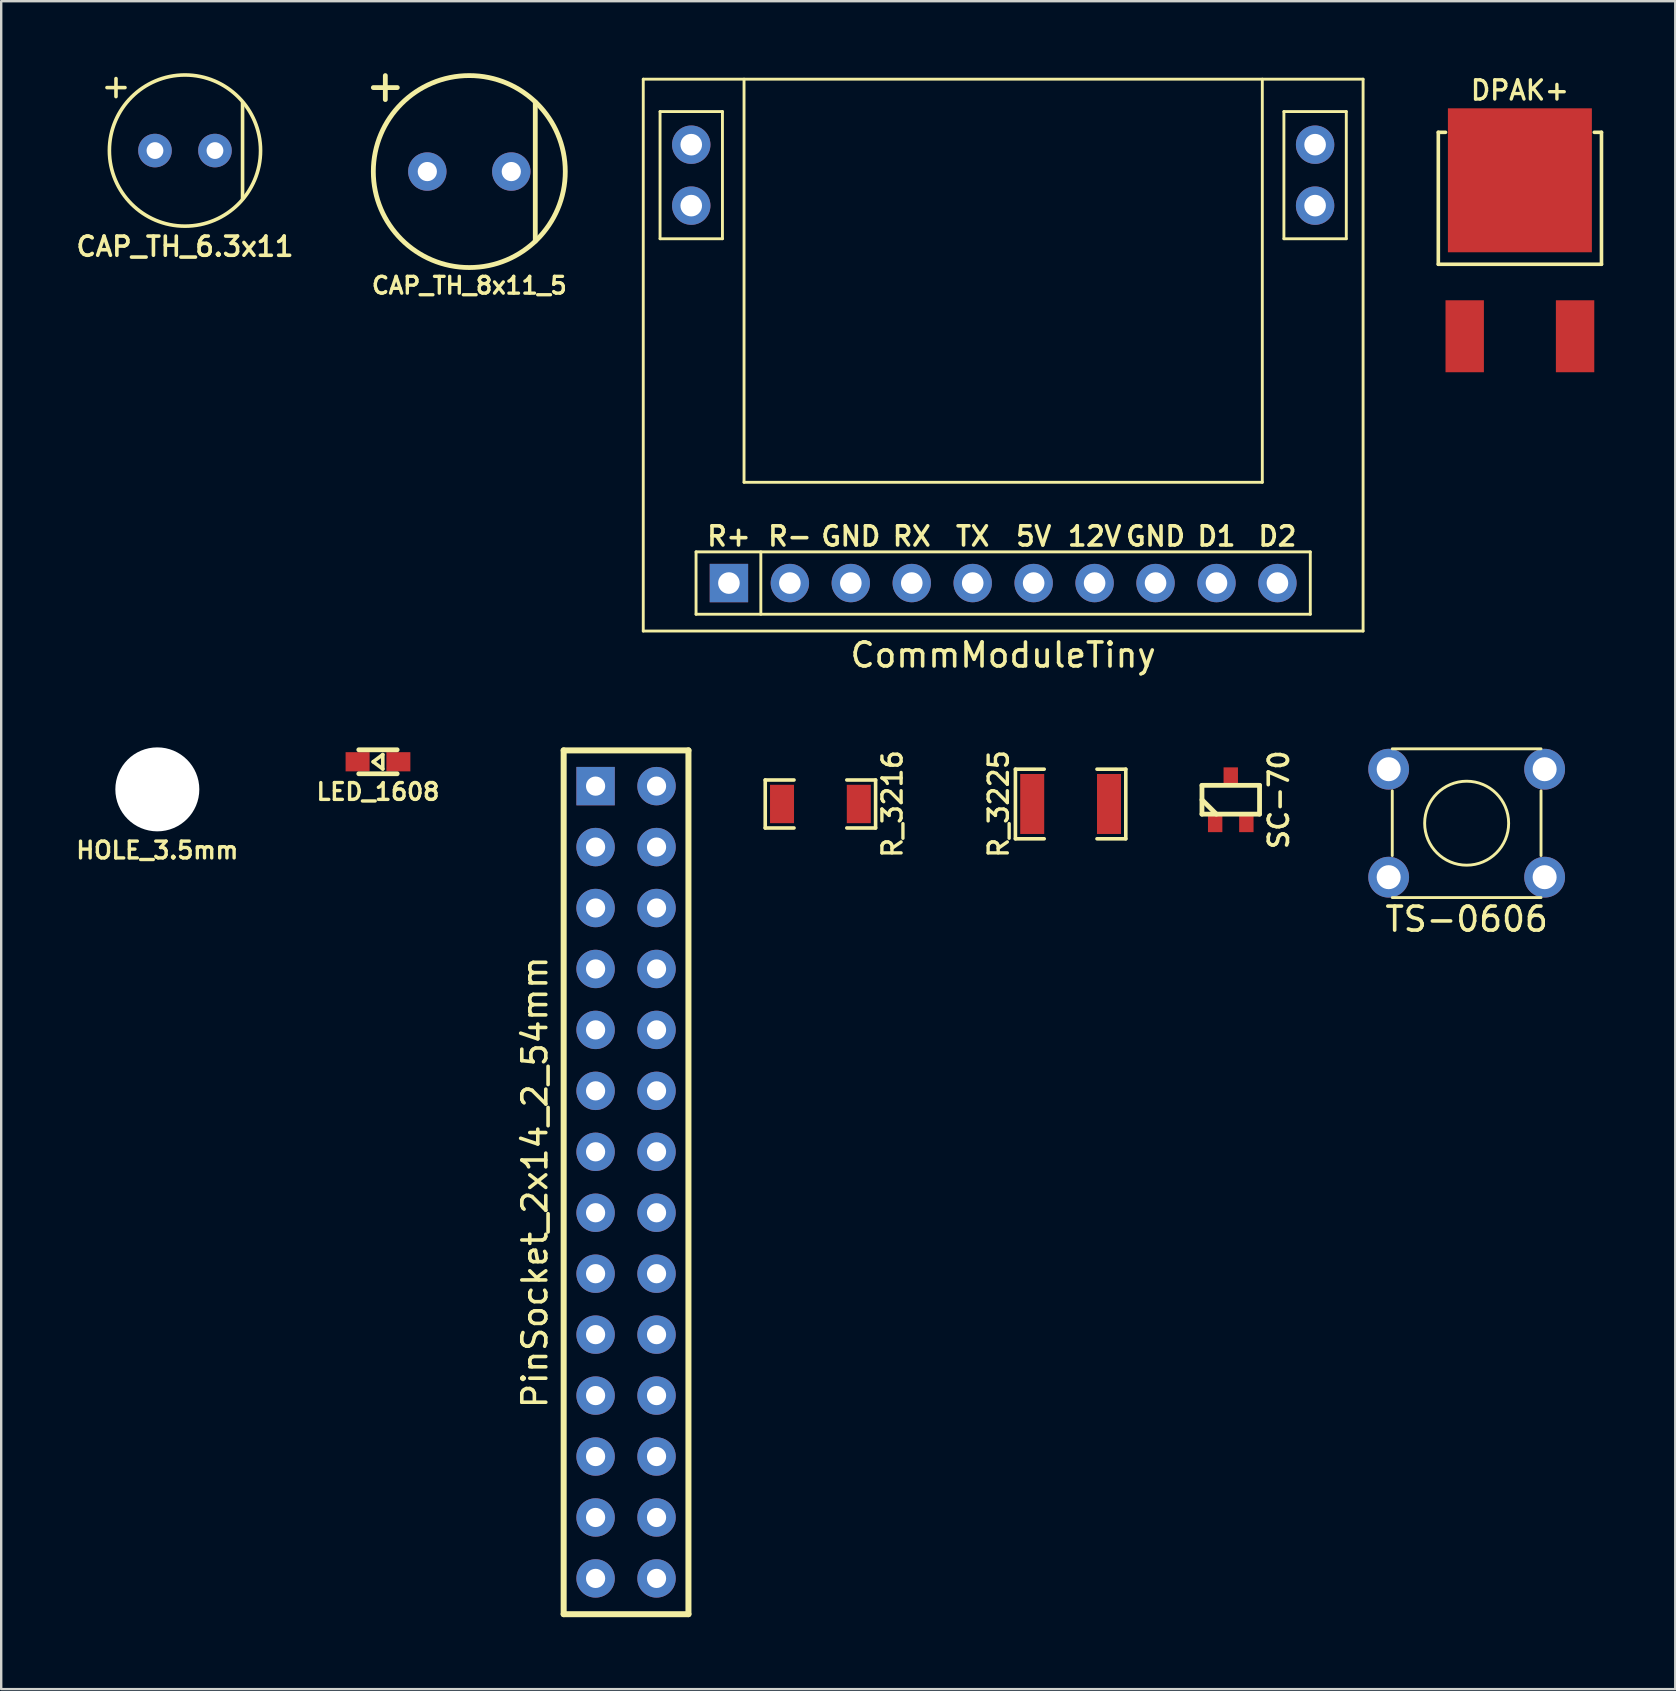
<source format=kicad_pcb>
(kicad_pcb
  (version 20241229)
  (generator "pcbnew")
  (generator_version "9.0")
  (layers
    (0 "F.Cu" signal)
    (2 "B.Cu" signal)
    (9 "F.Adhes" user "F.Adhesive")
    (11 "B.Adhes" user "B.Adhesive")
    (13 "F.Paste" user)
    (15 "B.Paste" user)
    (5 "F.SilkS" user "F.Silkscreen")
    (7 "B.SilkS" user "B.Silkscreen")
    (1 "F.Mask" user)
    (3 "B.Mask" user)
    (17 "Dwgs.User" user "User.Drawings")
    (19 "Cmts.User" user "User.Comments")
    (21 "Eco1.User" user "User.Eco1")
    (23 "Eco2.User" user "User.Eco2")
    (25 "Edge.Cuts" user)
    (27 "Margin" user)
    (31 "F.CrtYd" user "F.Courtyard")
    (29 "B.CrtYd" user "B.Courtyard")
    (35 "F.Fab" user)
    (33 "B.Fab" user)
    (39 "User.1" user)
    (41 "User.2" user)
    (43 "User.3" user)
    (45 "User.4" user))
  (footprint "DPAK+"
    (layer "F.Cu")
    (at 60.294 6.964)
    (property "Reference" "DPAK+" (at 0 -6.25 0) (unlocked yes) (layer "F.SilkS") (effects (font (size 0.8 0.8) (thickness 0.14))))
    (attr smd)
    (fp_line (start -3.4 -4.5) (end -3.4 1) (stroke (width 0.15) (type solid)) (layer "F.SilkS"))
    (fp_line (start -3.4 1) (end 3.4 1) (stroke (width 0.15) (type solid)) (layer "F.SilkS"))
    (fp_line (start -3.1 -4.5) (end -3.4 -4.5) (stroke (width 0.15) (type solid)) (layer "F.SilkS"))
    (fp_line (start 3.4 -4.5) (end 3.1 -4.5) (stroke (width 0.15) (type solid)) (layer "F.SilkS"))
    (fp_line (start 3.4 1) (end 3.4 -4.5) (stroke (width 0.15) (type solid)) (layer "F.SilkS"))
    (pad "" smd roundrect (at -1.5 -4) (size 2 2) (layers "F.Paste") (roundrect_rratio 0.25))
    (pad "" smd roundrect (at -1.5 -1) (size 2 2) (layers "F.Paste") (roundrect_rratio 0.25))
    (pad "" smd roundrect (at 1.5 -4) (size 2 2) (layers "F.Paste") (roundrect_rratio 0.25))
    (pad "" smd roundrect (at 1.5 -1) (size 2 2) (layers "F.Paste") (roundrect_rratio 0.25))
    (pad "1" smd rect (at -2.3 4) (size 1.6 3) (layers "F.Cu" "F.Mask" "F.Paste"))
    (pad "2" smd rect (at 0 -2.5) (size 6 6) (layers "F.Cu" "F.Mask"))
    (pad "3" smd rect (at 2.3 4) (size 1.6 3) (layers "F.Cu" "F.Mask" "F.Paste")))
  (footprint "LED_1608"
    (layer "F.Cu")
    (at 12.703 28.698)
    (property "Reference" "LED_1608" (at 0 1.25 0) (layer "F.SilkS") (effects (font (size 0.7 0.7) (thickness 0.14))))
    (attr smd)
    (fp_line (start -0.8 -0.5) (end 0.8 -0.5) (stroke (width 0.2) (type solid)) (layer "F.SilkS"))
    (fp_line (start -0.8 0.5) (end 0.8 0.5) (stroke (width 0.2) (type solid)) (layer "F.SilkS"))
    (fp_line (start -0.2 0) (end 0.2 -0.3) (stroke (width 0.15) (type solid)) (layer "F.SilkS"))
    (fp_line (start 0.2 -0.3) (end 0.2 0.3) (stroke (width 0.15) (type solid)) (layer "F.SilkS"))
    (fp_line (start 0.2 0.3) (end -0.2 0) (stroke (width 0.15) (type solid)) (layer "F.SilkS"))
    (pad "1" smd rect (at -0.85 0) (size 1 0.8) (layers "F.Cu" "F.Mask" "F.Paste"))
    (pad "2" smd rect (at 0.85 0) (size 1 0.8) (layers "F.Cu" "F.Mask" "F.Paste")))
  (footprint "HOLE_3.5mm"
    (layer "F.Cu")
    (at 3.507 29.848)
    (property "Reference" "HOLE_3.5mm" (at 0 2.54 0) (layer "F.SilkS") (effects (font (size 0.7 0.7) (thickness 0.14))))
    (attr through_hole)
    (pad "" np_thru_hole circle (at 0 0) (size 3.5 3.5) (drill 3.5) (layers "*.Cu" "*.Mask")))
  (footprint "PinSocket_2x14_2_54mm"
    (layer "F.Cu")
    (at 23.042 46.223)
    (property "Reference" "PinSocket_2x14_2_54mm" (at -3.8 0 270) (layer "F.SilkS") (effects (font (size 1 1) (thickness 0.15))))
    (attr through_hole)
    (fp_line (start -2.6 -18) (end 2.6 -18) (stroke (width 0.25) (type solid)) (layer "F.SilkS"))
    (fp_line (start -2.6 18) (end -2.6 -18) (stroke (width 0.25) (type solid)) (layer "F.SilkS"))
    (fp_line (start 2.6 -18) (end 2.6 18) (stroke (width 0.25) (type solid)) (layer "F.SilkS"))
    (fp_line (start 2.6 18) (end -2.6 18) (stroke (width 0.25) (type solid)) (layer "F.SilkS"))
    (pad "1" thru_hole rect (at -1.27 -16.51 270) (size 1.6 1.6) (drill 0.8) (layers "*.Cu" "*.Mask"))
    (pad "2" thru_hole circle (at 1.27 -16.51 270) (size 1.6 1.6) (drill 0.8) (layers "*.Cu" "*.Mask"))
    (pad "3" thru_hole circle (at -1.27 -13.97 270) (size 1.6 1.6) (drill 0.8) (layers "*.Cu" "*.Mask"))
    (pad "4" thru_hole circle (at 1.27 -13.97 270) (size 1.6 1.6) (drill 0.8) (layers "*.Cu" "*.Mask"))
    (pad "5" thru_hole circle (at -1.27 -11.43 270) (size 1.6 1.6) (drill 0.8) (layers "*.Cu" "*.Mask"))
    (pad "6" thru_hole circle (at 1.27 -11.43 270) (size 1.6 1.6) (drill 0.8) (layers "*.Cu" "*.Mask"))
    (pad "7" thru_hole circle (at -1.27 -8.89 270) (size 1.6 1.6) (drill 0.8) (layers "*.Cu" "*.Mask"))
    (pad "8" thru_hole circle (at 1.27 -8.89 270) (size 1.6 1.6) (drill 0.8) (layers "*.Cu" "*.Mask"))
    (pad "9" thru_hole circle (at -1.27 -6.35 270) (size 1.6 1.6) (drill 0.8) (layers "*.Cu" "*.Mask"))
    (pad "10" thru_hole circle (at 1.27 -6.35 270) (size 1.6 1.6) (drill 0.8) (layers "*.Cu" "*.Mask"))
    (pad "11" thru_hole circle (at -1.27 -3.81 270) (size 1.6 1.6) (drill 0.8) (layers "*.Cu" "*.Mask"))
    (pad "12" thru_hole circle (at 1.27 -3.81 270) (size 1.6 1.6) (drill 0.8) (layers "*.Cu" "*.Mask"))
    (pad "13" thru_hole circle (at -1.27 -1.27 270) (size 1.6 1.6) (drill 0.8) (layers "*.Cu" "*.Mask"))
    (pad "14" thru_hole circle (at 1.27 -1.27 270) (size 1.6 1.6) (drill 0.8) (layers "*.Cu" "*.Mask"))
    (pad "15" thru_hole circle (at -1.27 1.27 270) (size 1.6 1.6) (drill 0.8) (layers "*.Cu" "*.Mask"))
    (pad "16" thru_hole circle (at 1.27 1.27 270) (size 1.6 1.6) (drill 0.8) (layers "*.Cu" "*.Mask"))
    (pad "17" thru_hole circle (at -1.27 3.81 270) (size 1.6 1.6) (drill 0.8) (layers "*.Cu" "*.Mask"))
    (pad "18" thru_hole circle (at 1.27 3.81 270) (size 1.6 1.6) (drill 0.8) (layers "*.Cu" "*.Mask"))
    (pad "19" thru_hole circle (at -1.27 6.35 270) (size 1.6 1.6) (drill 0.8) (layers "*.Cu" "*.Mask"))
    (pad "20" thru_hole circle (at 1.27 6.35 270) (size 1.6 1.6) (drill 0.8) (layers "*.Cu" "*.Mask"))
    (pad "21" thru_hole circle (at -1.27 8.89 270) (size 1.6 1.6) (drill 0.8) (layers "*.Cu" "*.Mask"))
    (pad "22" thru_hole circle (at 1.27 8.89 270) (size 1.6 1.6) (drill 0.8) (layers "*.Cu" "*.Mask"))
    (pad "23" thru_hole circle (at -1.27 11.43 270) (size 1.6 1.6) (drill 0.8) (layers "*.Cu" "*.Mask"))
    (pad "24" thru_hole circle (at 1.27 11.43 270) (size 1.6 1.6) (drill 0.8) (layers "*.Cu" "*.Mask"))
    (pad "25" thru_hole circle (at -1.27 13.97 270) (size 1.6 1.6) (drill 0.8) (layers "*.Cu" "*.Mask"))
    (pad "26" thru_hole circle (at 1.27 13.97 270) (size 1.6 1.6) (drill 0.8) (layers "*.Cu" "*.Mask"))
    (pad "27" thru_hole circle (at -1.27 16.51 270) (size 1.6 1.6) (drill 0.8) (layers "*.Cu" "*.Mask"))
    (pad "28" thru_hole circle (at 1.27 16.51 270) (size 1.6 1.6) (drill 0.8) (layers "*.Cu" "*.Mask")))
  (footprint "CAP_TH_6.3x11"
    (layer "F.Cu")
    (at 4.659 3.225)
    (property "Reference" "CAP_TH_6.3x11" (at 0 4 0) (layer "F.SilkS") (effects (font (size 0.8 0.8) (thickness 0.15))))
    (attr through_hole)
    (fp_line (start -3.25 -2.625) (end -2.5 -2.625) (stroke (width 0.15) (type solid)) (layer "F.SilkS"))
    (fp_line (start -2.875 -3) (end -2.875 -2.25) (stroke (width 0.15) (type solid)) (layer "F.SilkS"))
    (fp_line (start 2.4 -2) (end 2.4 2) (stroke (width 0.15) (type solid)) (layer "F.SilkS"))
    (fp_circle (center 0 0) (end 3.15 0) (stroke (width 0.15) (type solid)) (fill no) (layer "F.SilkS"))
    (pad "1" thru_hole circle (at -1.25 0) (size 1.4 1.4) (drill 0.7) (layers "*.Cu" "*.Mask"))
    (pad "2" thru_hole circle (at 1.25 0) (size 1.4 1.4) (drill 0.7) (layers "*.Cu" "*.Mask")))
  (footprint "CommModuleTiny"
    (layer "F.Cu")
    (at 38.759 0.25)
    (property "Reference" "CommModuleTiny" (at 0 24 0) (layer "F.SilkS") (effects (font (size 1 1) (thickness 0.15))))
    (attr through_hole)
    (fp_line (start -15 0) (end -15 23) (stroke (width 0.12) (type solid)) (layer "F.SilkS"))
    (fp_line (start -15 23) (end 15 23) (stroke (width 0.12) (type solid)) (layer "F.SilkS"))
    (fp_line (start -14.3 1.35) (end -11.7 1.35) (stroke (width 0.12) (type solid)) (layer "F.SilkS"))
    (fp_line (start -14.3 6.65) (end -14.3 1.35) (stroke (width 0.12) (type solid)) (layer "F.SilkS"))
    (fp_line (start -12.8 19.7) (end -12.8 22.3) (stroke (width 0.12) (type solid)) (layer "F.SilkS"))
    (fp_line (start -12.8 22.3) (end 12.8 22.3) (stroke (width 0.12) (type solid)) (layer "F.SilkS"))
    (fp_line (start -11.7 1.35) (end -11.7 6.65) (stroke (width 0.12) (type solid)) (layer "F.SilkS"))
    (fp_line (start -11.7 6.65) (end -14.3 6.65) (stroke (width 0.12) (type solid)) (layer "F.SilkS"))
    (fp_line (start -10.8 0) (end -10.8 16.8) (stroke (width 0.12) (type solid)) (layer "F.SilkS"))
    (fp_line (start -10.8 16.8) (end 10.8 16.8) (stroke (width 0.12) (type solid)) (layer "F.SilkS"))
    (fp_line (start -10.1 19.7) (end -10.1 22.3) (stroke (width 0.12) (type solid)) (layer "F.SilkS"))
    (fp_line (start 10.8 16.8) (end 10.8 0) (stroke (width 0.12) (type solid)) (layer "F.SilkS"))
    (fp_line (start 11.7 1.35) (end 14.3 1.35) (stroke (width 0.12) (type solid)) (layer "F.SilkS"))
    (fp_line (start 11.7 6.65) (end 11.7 1.35) (stroke (width 0.12) (type solid)) (layer "F.SilkS"))
    (fp_line (start 12.8 19.7) (end -12.8 19.7) (stroke (width 0.12) (type solid)) (layer "F.SilkS"))
    (fp_line (start 12.8 22.3) (end 12.8 19.7) (stroke (width 0.12) (type solid)) (layer "F.SilkS"))
    (fp_line (start 14.3 1.35) (end 14.3 6.65) (stroke (width 0.12) (type solid)) (layer "F.SilkS"))
    (fp_line (start 14.3 6.65) (end 11.7 6.65) (stroke (width 0.12) (type solid)) (layer "F.SilkS"))
    (fp_line (start 15 0) (end -15 0) (stroke (width 0.12) (type solid)) (layer "F.SilkS"))
    (fp_line (start 15 23) (end 15 0) (stroke (width 0.12) (type solid)) (layer "F.SilkS"))
    (fp_text user "GND" (at 6.35 19.05 0) (layer "F.SilkS") (effects (font (size 0.8 0.8) (thickness 0.15))))
    (fp_text user "R-" (at -8.89 19.05 0) (layer "F.SilkS") (effects (font (size 0.8 0.8) (thickness 0.15))))
    (fp_text user "D2" (at 11.43 19.05 0) (layer "F.SilkS") (effects (font (size 0.8 0.8) (thickness 0.15))))
    (fp_text user "5V" (at 1.27 19.05 0) (layer "F.SilkS") (effects (font (size 0.8 0.8) (thickness 0.15))))
    (fp_text user "RX" (at -3.81 19.05 0) (layer "F.SilkS") (effects (font (size 0.8 0.8) (thickness 0.15))))
    (fp_text user "R+" (at -11.43 19.05 0) (layer "F.SilkS") (effects (font (size 0.8 0.8) (thickness 0.15))))
    (fp_text user "TX" (at -1.27 19.05 0) (layer "F.SilkS") (effects (font (size 0.8 0.8) (thickness 0.15))))
    (fp_text user "D1" (at 8.89 19.05 0) (layer "F.SilkS") (effects (font (size 0.8 0.8) (thickness 0.15))))
    (fp_text user "12V" (at 3.81 19.05 0) (layer "F.SilkS") (effects (font (size 0.8 0.8) (thickness 0.15))))
    (fp_text user "GND" (at -6.35 19.05 0) (layer "F.SilkS") (effects (font (size 0.8 0.8) (thickness 0.15))))
    (pad "1" thru_hole rect (at -11.43 21) (size 1.6 1.6) (drill 0.9) (layers "*.Cu" "*.Mask"))
    (pad "2" thru_hole circle (at -8.89 21) (size 1.6 1.6) (drill 0.9) (layers "*.Cu" "*.Mask"))
    (pad "3" thru_hole circle (at -6.35 21) (size 1.6 1.6) (drill 0.9) (layers "*.Cu" "*.Mask"))
    (pad "4" thru_hole circle (at -3.81 21) (size 1.6 1.6) (drill 0.9) (layers "*.Cu" "*.Mask"))
    (pad "5" thru_hole circle (at -1.27 21) (size 1.6 1.6) (drill 0.9) (layers "*.Cu" "*.Mask"))
    (pad "6" thru_hole circle (at 1.27 21) (size 1.6 1.6) (drill 0.9) (layers "*.Cu" "*.Mask"))
    (pad "7" thru_hole circle (at 3.81 21) (size 1.6 1.6) (drill 0.9) (layers "*.Cu" "*.Mask"))
    (pad "8" thru_hole circle (at 6.35 21) (size 1.6 1.6) (drill 0.9) (layers "*.Cu" "*.Mask"))
    (pad "9" thru_hole circle (at 8.89 21) (size 1.6 1.6) (drill 0.9) (layers "*.Cu" "*.Mask"))
    (pad "10" thru_hole circle (at 11.43 21) (size 1.6 1.6) (drill 0.9) (layers "*.Cu" "*.Mask"))
    (pad "11" thru_hole circle (at 13 5.27) (size 1.6 1.6) (drill 0.9) (layers "*.Cu" "*.Mask"))
    (pad "12" thru_hole circle (at 13 2.73) (size 1.6 1.6) (drill 0.9) (layers "*.Cu" "*.Mask"))
    (pad "13" thru_hole circle (at -13 2.73) (size 1.6 1.6) (drill 0.9) (layers "*.Cu" "*.Mask"))
    (pad "14" thru_hole circle (at -13 5.27) (size 1.6 1.6) (drill 0.9) (layers "*.Cu" "*.Mask")))
  (footprint "R_3225"
    (layer "F.Cu")
    (at 41.569 30.457)
    (property "Reference" "R_3225" (at -3 0 90) (layer "F.SilkS") (effects (font (size 0.8 0.8) (thickness 0.14))))
    (attr through_hole)
    (fp_line (start -2.3 -1.45) (end -1.1 -1.45) (stroke (width 0.15) (type solid)) (layer "F.SilkS"))
    (fp_line (start -2.3 1.45) (end -2.3 -1.45) (stroke (width 0.15) (type solid)) (layer "F.SilkS"))
    (fp_line (start -1.1 1.45) (end -2.3 1.45) (stroke (width 0.15) (type solid)) (layer "F.SilkS"))
    (fp_line (start 1.1 -1.45) (end 2.3 -1.45) (stroke (width 0.15) (type solid)) (layer "F.SilkS"))
    (fp_line (start 2.3 -1.45) (end 2.3 1.45) (stroke (width 0.15) (type solid)) (layer "F.SilkS"))
    (fp_line (start 2.3 1.45) (end 1.1 1.45) (stroke (width 0.15) (type solid)) (layer "F.SilkS"))
    (pad "1" smd rect (at -1.6 0) (size 1 2.5) (layers "F.Cu" "F.Mask" "F.Paste"))
    (pad "2" smd rect (at 1.6 0) (size 1 2.5) (layers "F.Cu" "F.Mask" "F.Paste")))
  (footprint "TS-0606"
    (layer "F.Cu")
    (at 58.075 31.258)
    (property "Reference" "TS-0606" (at 0 4 0) (layer "F.SilkS") (effects (font (size 1 1) (thickness 0.15))))
    (attr through_hole)
    (fp_line (start -3.1 -1.35) (end -3.1 1.35) (stroke (width 0.12) (type solid)) (layer "F.SilkS"))
    (fp_line (start -3.1 3.1) (end 3.1 3.1) (stroke (width 0.12) (type solid)) (layer "F.SilkS"))
    (fp_line (start 3.1 -3.1) (end -3.1 -3.1) (stroke (width 0.12) (type solid)) (layer "F.SilkS"))
    (fp_line (start 3.1 1.35) (end 3.1 -1.35) (stroke (width 0.12) (type solid)) (layer "F.SilkS"))
    (fp_circle (center 0 0) (end 1.75 0) (stroke (width 0.12) (type solid)) (fill no) (layer "F.SilkS"))
    (pad "1" thru_hole circle (at -3.25 -2.25) (size 1.7 1.7) (drill 1) (layers "*.Cu" "*.Mask"))
    (pad "2" thru_hole circle (at 3.25 -2.25) (size 1.7 1.7) (drill 1) (layers "*.Cu" "*.Mask"))
    (pad "3" thru_hole circle (at -3.25 2.25) (size 1.7 1.7) (drill 1) (layers "*.Cu" "*.Mask"))
    (pad "4" thru_hole circle (at 3.25 2.25) (size 1.7 1.7) (drill 1) (layers "*.Cu" "*.Mask")))
  (footprint "SC-70"
    (layer "F.Cu")
    (at 48.244 30.281)
    (property "Reference" "SC-70" (at 2 0 90) (layer "F.SilkS") (effects (font (size 0.8 0.8) (thickness 0.15))))
    (attr smd)
    (fp_line (start -1.2 -0.6) (end -1.2 0.6) (stroke (width 0.2) (type solid)) (layer "F.SilkS"))
    (fp_line (start -1.2 0) (end -0.6 0.6) (stroke (width 0.2) (type solid)) (layer "F.SilkS"))
    (fp_line (start -1.2 0.6) (end 1.2 0.6) (stroke (width 0.2) (type solid)) (layer "F.SilkS"))
    (fp_line (start 1.2 -0.6) (end -1.2 -0.6) (stroke (width 0.2) (type solid)) (layer "F.SilkS"))
    (fp_line (start 1.2 -0.6) (end 1.2 0.6) (stroke (width 0.2) (type solid)) (layer "F.SilkS"))
    (pad "1" smd rect (at -0.65 0.95) (size 0.6 0.8) (layers "F.Cu" "F.Mask" "F.Paste"))
    (pad "2" smd rect (at 0.65 0.95) (size 0.6 0.8) (layers "F.Cu" "F.Mask" "F.Paste"))
    (pad "3" smd rect (at 0 -0.95) (size 0.6 0.8) (layers "F.Cu" "F.Mask" "F.Paste")))
  (footprint "CAP_TH_8x11_5"
    (layer "F.Cu")
    (at 16.509 4.1)
    (property "Reference" "CAP_TH_8x11_5" (at 0 4.75 0) (layer "F.SilkS") (effects (font (size 0.7 0.7) (thickness 0.14))))
    (attr through_hole)
    (fp_line (start -4 -3.5) (end -3 -3.5) (stroke (width 0.2) (type solid)) (layer "F.SilkS"))
    (fp_line (start -3.5 -4) (end -3.5 -3) (stroke (width 0.2) (type solid)) (layer "F.SilkS"))
    (fp_line (start 2.75 -2.9) (end 2.75 2.9) (stroke (width 0.2) (type solid)) (layer "F.SilkS"))
    (fp_circle (center 0 0) (end 4 0) (stroke (width 0.2) (type solid)) (fill no) (layer "F.SilkS"))
    (pad "1" thru_hole circle (at -1.75 0) (size 1.6 1.6) (drill 0.8) (layers "*.Cu" "*.Mask"))
    (pad "2" thru_hole circle (at 1.75 0) (size 1.6 1.6) (drill 0.8) (layers "*.Cu" "*.Mask")))
  (footprint "R_3216"
    (layer "F.Cu")
    (at 31.142 30.457)
    (property "Reference" "R_3216" (at 3 0 90) (layer "F.SilkS") (effects (font (size 0.8 0.8) (thickness 0.14))))
    (attr smd)
    (fp_line (start -2.3 -1) (end -2.3 1) (stroke (width 0.15) (type solid)) (layer "F.SilkS"))
    (fp_line (start -2.3 1) (end -1.1 1) (stroke (width 0.15) (type solid)) (layer "F.SilkS"))
    (fp_line (start -1.1 -1) (end -2.3 -1) (stroke (width 0.15) (type solid)) (layer "F.SilkS"))
    (fp_line (start 1.1 -1) (end 2.3 -1) (stroke (width 0.15) (type solid)) (layer "F.SilkS"))
    (fp_line (start 2.3 -1) (end 2.3 1) (stroke (width 0.15) (type solid)) (layer "F.SilkS"))
    (fp_line (start 2.3 1) (end 1.1 1) (stroke (width 0.15) (type solid)) (layer "F.SilkS"))
    (pad "1" smd rect (at -1.6 0) (size 1 1.6) (layers "F.Cu" "F.Mask" "F.Paste"))
    (pad "2" smd rect (at 1.6 0) (size 1 1.6) (layers "F.Cu" "F.Mask" "F.Paste")))
  (gr_rect
    (start -3 -3)
    (end 66.769 67.348)
    (stroke (width 0.1) (type default))
    (fill no)
    (layer "Edge.Cuts")))
</source>
